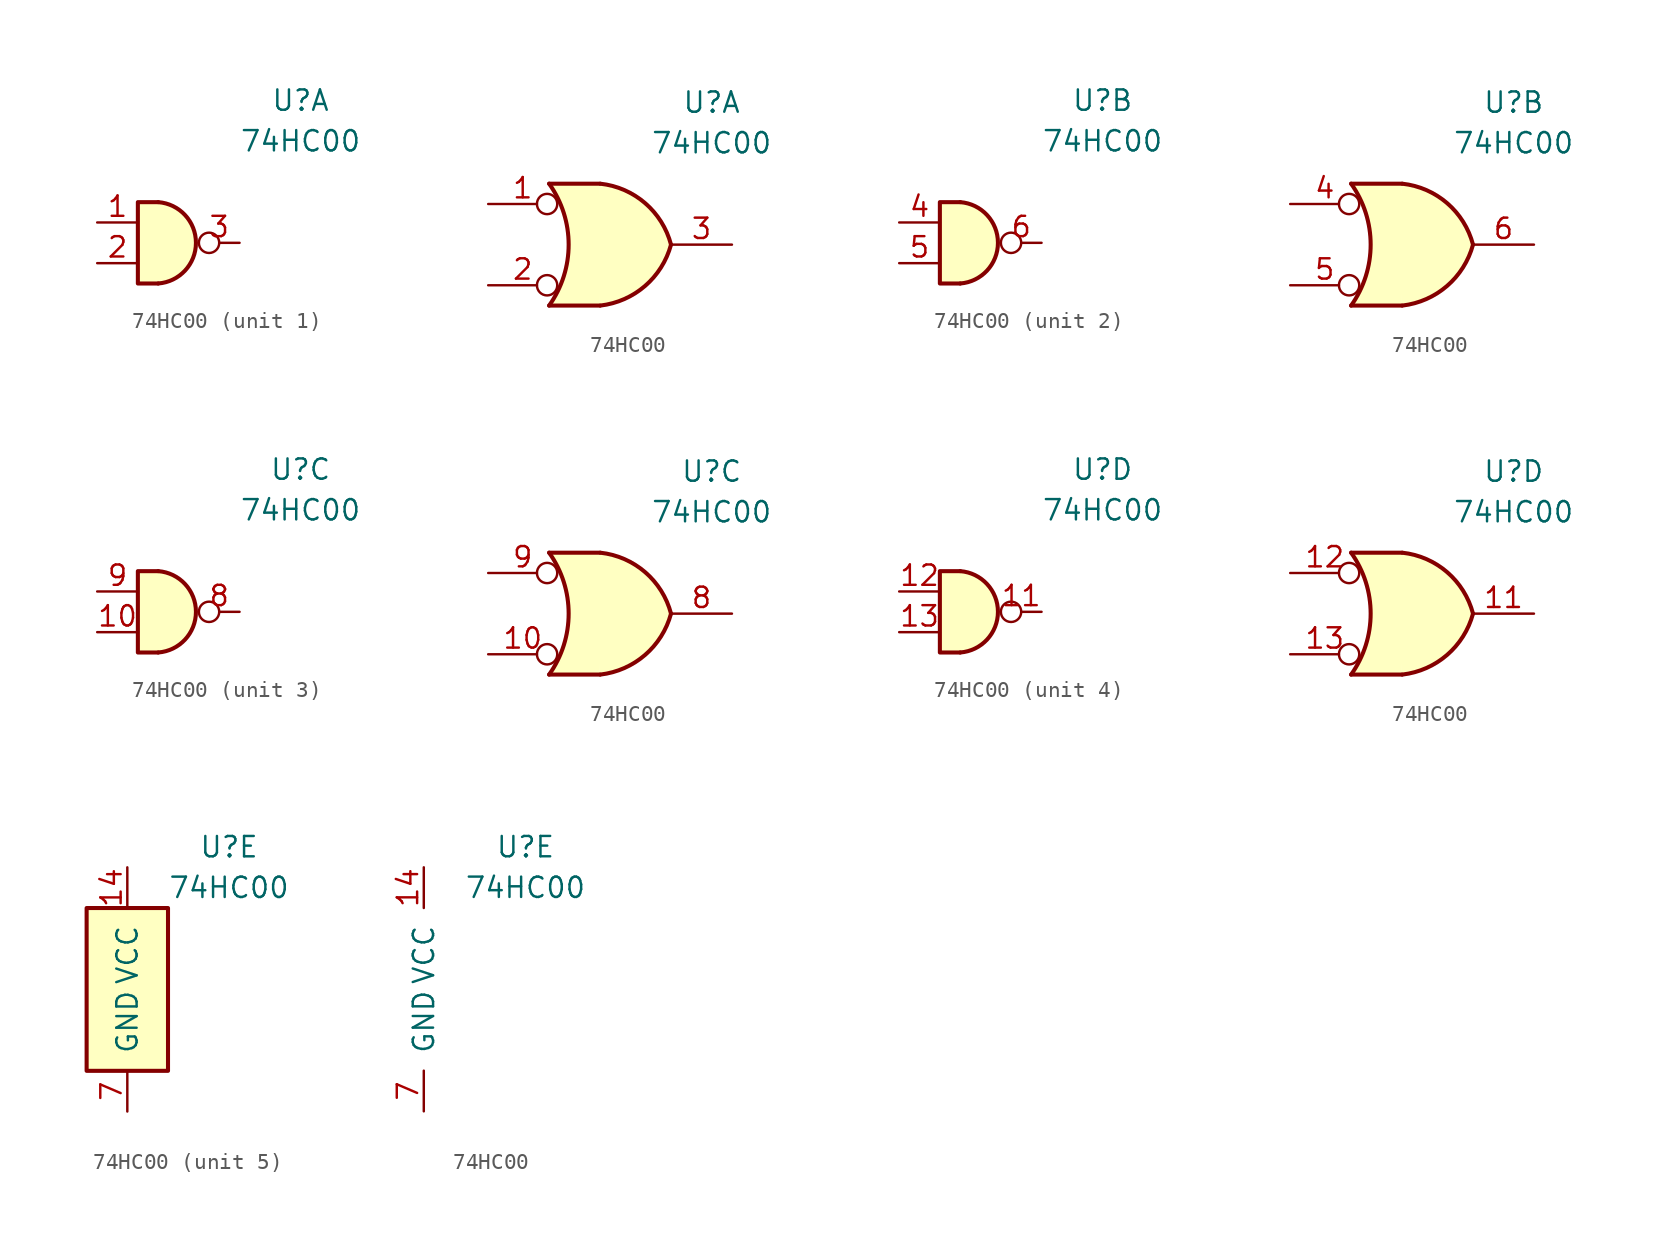
<source format=kicad_sym>
(kicad_symbol_lib
  (version 20220914)
  (generator kicad_symbol_editor)
  (symbol "74HC00"
    (pin_names
      (offset 1.016))
    (property "Reference" "U"
      (at 6.35 8.89 0)
      (effects (font (size 1.27 1.27))))
    (property "Value" "74HC00"
      (at 6.35 6.35 0)
      (effects (font (size 1.27 1.27))))
    (property "ki_locked" ""
      (at 0 0 0)
      (effects (font (size 1.27 1.27))))
    (symbol "74HC00_1_1"
      (arc (start -2.54 -2.54) (mid -0.1829 0) (end -2.54 2.54) (stroke (width 0.254) (type default)) (fill (type background)))
      (polyline (pts (xy -2.54 2.54) (xy -3.81 2.54) (xy -3.81 -2.54) (xy -2.54 -2.54)) (stroke (width 0.254) (type default)) (fill (type background)))
      (pin input line (at -6.35 1.27 0) (length 2.54) (name "~" (effects (font (size 1.27 1.27)))) (number "1" (effects (font (size 1.27 1.27)))))
      (pin input line (at -6.35 -1.27 0) (length 2.54) (name "~" (effects (font (size 1.27 1.27)))) (number "2" (effects (font (size 1.27 1.27)))))
      (pin output inverted (at 2.54 0 180) (length 2.54) (name "~" (effects (font (size 1.27 1.27)))) (number "3" (effects (font (size 1.27 1.27))))))
    (symbol "74HC00_1_2"
      (arc (start -3.81 -3.81) (mid -2.589 0) (end -3.81 3.81) (stroke (width 0.254) (type default)) (fill (type none)))
      (arc (start -0.6096 -3.81) (mid 2.1842 -2.5851) (end 3.81 0) (stroke (width 0.254) (type default)) (fill (type background)))
      (polyline (pts (xy -3.81 -3.81) (xy -0.635 -3.81)) (stroke (width 0.254) (type default)) (fill (type background)))
      (polyline (pts (xy -3.81 3.81) (xy -0.635 3.81)) (stroke (width 0.254) (type default)) (fill (type background)))
      (polyline (pts (xy -0.635 3.81) (xy -3.81 3.81) (xy -3.81 3.81) (xy -3.556 3.404) (xy -3.023 2.261) (xy -2.692 1.041) (xy -2.616 -0.254) (xy -2.769 -1.499) (xy -3.175 -2.718) (xy -3.81 -3.81) (xy -3.81 -3.81) (xy -0.635 -3.81)) (stroke (width -25.4) (type default)) (fill (type background)))
      (arc (start 3.81 0) (mid 2.1915 2.5936) (end -0.6096 3.81) (stroke (width 0.254) (type default)) (fill (type background)))
      (pin input inverted (at -7.62 2.54 0) (length 4.318) (name "~" (effects (font (size 1.27 1.27)))) (number "1" (effects (font (size 1.27 1.27)))))
      (pin input inverted (at -7.62 -2.54 0) (length 4.318) (name "~" (effects (font (size 1.27 1.27)))) (number "2" (effects (font (size 1.27 1.27)))))
      (pin output line (at 7.62 0 180) (length 3.81) (name "~" (effects (font (size 1.27 1.27)))) (number "3" (effects (font (size 1.27 1.27))))))
    (symbol "74HC00_2_1"
      (arc (start -2.54 -2.54) (mid -0.1829 0) (end -2.54 2.54) (stroke (width 0.254) (type default)) (fill (type background)))
      (polyline (pts (xy -2.54 2.54) (xy -3.81 2.54) (xy -3.81 -2.54) (xy -2.54 -2.54)) (stroke (width 0.254) (type default)) (fill (type background)))
      (pin input line (at -6.35 1.27 0) (length 2.54) (name "~" (effects (font (size 1.27 1.27)))) (number "4" (effects (font (size 1.27 1.27)))))
      (pin input line (at -6.35 -1.27 0) (length 2.54) (name "~" (effects (font (size 1.27 1.27)))) (number "5" (effects (font (size 1.27 1.27)))))
      (pin output inverted (at 2.54 0 180) (length 2.54) (name "~" (effects (font (size 1.27 1.27)))) (number "6" (effects (font (size 1.27 1.27))))))
    (symbol "74HC00_2_2"
      (arc (start -3.81 -3.81) (mid -2.589 0) (end -3.81 3.81) (stroke (width 0.254) (type default)) (fill (type none)))
      (arc (start -0.6096 -3.81) (mid 2.1842 -2.5851) (end 3.81 0) (stroke (width 0.254) (type default)) (fill (type background)))
      (polyline (pts (xy -3.81 -3.81) (xy -0.635 -3.81)) (stroke (width 0.254) (type default)) (fill (type background)))
      (polyline (pts (xy -3.81 3.81) (xy -0.635 3.81)) (stroke (width 0.254) (type default)) (fill (type background)))
      (polyline (pts (xy -0.635 3.81) (xy -3.81 3.81) (xy -3.81 3.81) (xy -3.556 3.404) (xy -3.023 2.261) (xy -2.692 1.041) (xy -2.616 -0.254) (xy -2.769 -1.499) (xy -3.175 -2.718) (xy -3.81 -3.81) (xy -3.81 -3.81) (xy -0.635 -3.81)) (stroke (width -25.4) (type default)) (fill (type background)))
      (arc (start 3.81 0) (mid 2.1915 2.5936) (end -0.6096 3.81) (stroke (width 0.254) (type default)) (fill (type background)))
      (pin input inverted (at -7.62 2.54 0) (length 4.318) (name "~" (effects (font (size 1.27 1.27)))) (number "4" (effects (font (size 1.27 1.27)))))
      (pin input inverted (at -7.62 -2.54 0) (length 4.318) (name "~" (effects (font (size 1.27 1.27)))) (number "5" (effects (font (size 1.27 1.27)))))
      (pin output line (at 7.62 0 180) (length 3.81) (name "~" (effects (font (size 1.27 1.27)))) (number "6" (effects (font (size 1.27 1.27))))))
    (symbol "74HC00_3_1"
      (arc (start -2.54 -2.54) (mid -0.1829 0) (end -2.54 2.54) (stroke (width 0.254) (type default)) (fill (type background)))
      (polyline (pts (xy -2.54 2.54) (xy -3.81 2.54) (xy -3.81 -2.54) (xy -2.54 -2.54)) (stroke (width 0.254) (type default)) (fill (type background)))
      (pin input line (at -6.35 -1.27 0) (length 2.54) (name "~" (effects (font (size 1.27 1.27)))) (number "10" (effects (font (size 1.27 1.27)))))
      (pin output inverted (at 2.54 0 180) (length 2.54) (name "~" (effects (font (size 1.27 1.27)))) (number "8" (effects (font (size 1.27 1.27)))))
      (pin input line (at -6.35 1.27 0) (length 2.54) (name "~" (effects (font (size 1.27 1.27)))) (number "9" (effects (font (size 1.27 1.27))))))
    (symbol "74HC00_3_2"
      (arc (start -3.81 -3.81) (mid -2.589 0) (end -3.81 3.81) (stroke (width 0.254) (type default)) (fill (type none)))
      (arc (start -0.6096 -3.81) (mid 2.1842 -2.5851) (end 3.81 0) (stroke (width 0.254) (type default)) (fill (type background)))
      (polyline (pts (xy -3.81 -3.81) (xy -0.635 -3.81)) (stroke (width 0.254) (type default)) (fill (type background)))
      (polyline (pts (xy -3.81 3.81) (xy -0.635 3.81)) (stroke (width 0.254) (type default)) (fill (type background)))
      (polyline (pts (xy -0.635 3.81) (xy -3.81 3.81) (xy -3.81 3.81) (xy -3.556 3.404) (xy -3.023 2.261) (xy -2.692 1.041) (xy -2.616 -0.254) (xy -2.769 -1.499) (xy -3.175 -2.718) (xy -3.81 -3.81) (xy -3.81 -3.81) (xy -0.635 -3.81)) (stroke (width -25.4) (type default)) (fill (type background)))
      (arc (start 3.81 0) (mid 2.1915 2.5936) (end -0.6096 3.81) (stroke (width 0.254) (type default)) (fill (type background)))
      (pin input inverted (at -7.62 -2.54 0) (length 4.318) (name "~" (effects (font (size 1.27 1.27)))) (number "10" (effects (font (size 1.27 1.27)))))
      (pin output line (at 7.62 0 180) (length 3.81) (name "~" (effects (font (size 1.27 1.27)))) (number "8" (effects (font (size 1.27 1.27)))))
      (pin input inverted (at -7.62 2.54 0) (length 4.318) (name "~" (effects (font (size 1.27 1.27)))) (number "9" (effects (font (size 1.27 1.27))))))
    (symbol "74HC00_4_1"
      (arc (start -2.54 -2.54) (mid -0.1829 0) (end -2.54 2.54) (stroke (width 0.254) (type default)) (fill (type background)))
      (polyline (pts (xy -2.54 2.54) (xy -3.81 2.54) (xy -3.81 -2.54) (xy -2.54 -2.54)) (stroke (width 0.254) (type default)) (fill (type background)))
      (pin output inverted (at 2.54 0 180) (length 2.54) (name "~" (effects (font (size 1.27 1.27)))) (number "11" (effects (font (size 1.27 1.27)))))
      (pin input line (at -6.35 1.27 0) (length 2.54) (name "~" (effects (font (size 1.27 1.27)))) (number "12" (effects (font (size 1.27 1.27)))))
      (pin input line (at -6.35 -1.27 0) (length 2.54) (name "~" (effects (font (size 1.27 1.27)))) (number "13" (effects (font (size 1.27 1.27))))))
    (symbol "74HC00_4_2"
      (arc (start -3.81 -3.81) (mid -2.589 0) (end -3.81 3.81) (stroke (width 0.254) (type default)) (fill (type none)))
      (arc (start -0.6096 -3.81) (mid 2.1842 -2.5851) (end 3.81 0) (stroke (width 0.254) (type default)) (fill (type background)))
      (polyline (pts (xy -3.81 -3.81) (xy -0.635 -3.81)) (stroke (width 0.254) (type default)) (fill (type background)))
      (polyline (pts (xy -3.81 3.81) (xy -0.635 3.81)) (stroke (width 0.254) (type default)) (fill (type background)))
      (polyline (pts (xy -0.635 3.81) (xy -3.81 3.81) (xy -3.81 3.81) (xy -3.556 3.404) (xy -3.023 2.261) (xy -2.692 1.041) (xy -2.616 -0.254) (xy -2.769 -1.499) (xy -3.175 -2.718) (xy -3.81 -3.81) (xy -3.81 -3.81) (xy -0.635 -3.81)) (stroke (width -25.4) (type default)) (fill (type background)))
      (arc (start 3.81 0) (mid 2.1915 2.5936) (end -0.6096 3.81) (stroke (width 0.254) (type default)) (fill (type background)))
      (pin output line (at 7.62 0 180) (length 3.81) (name "~" (effects (font (size 1.27 1.27)))) (number "11" (effects (font (size 1.27 1.27)))))
      (pin input inverted (at -7.62 2.54 0) (length 4.318) (name "~" (effects (font (size 1.27 1.27)))) (number "12" (effects (font (size 1.27 1.27)))))
      (pin input inverted (at -7.62 -2.54 0) (length 4.318) (name "~" (effects (font (size 1.27 1.27)))) (number "13" (effects (font (size 1.27 1.27))))))
    (symbol "74HC00_5_0"
      (pin power_in line (at 0 7.62 270) (length 2.54) (name "VCC" (effects (font (size 1.27 1.27)))) (number "14" (effects (font (size 1.27 1.27)))))
      (pin power_in line (at 0 -7.62 90) (length 2.54) (name "GND" (effects (font (size 1.27 1.27)))) (number "7" (effects (font (size 1.27 1.27))))))
    (symbol "74HC00_5_1"
      (rectangle (start -2.54 5.08) (end 2.54 -5.08) (stroke (width 0.254) (type default)) (fill (type background))))))
</source>
